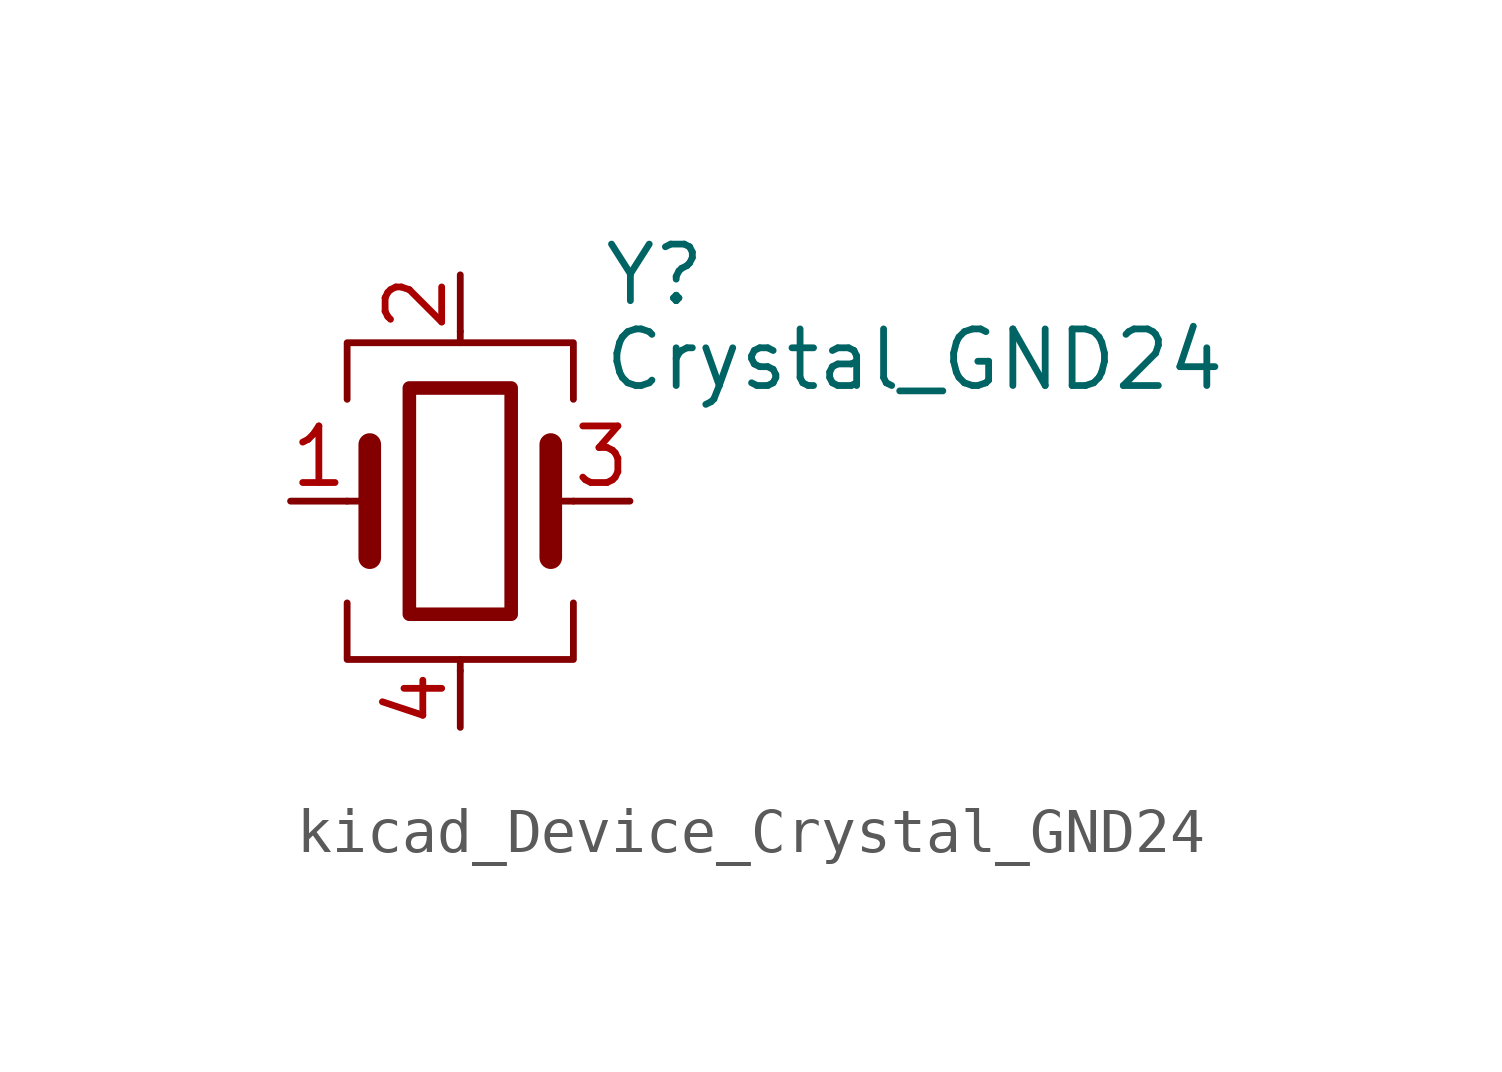
<source format=kicad_sym>
(kicad_symbol_lib
  (version 20220914)
  (generator kicad_symbol_editor)
  (symbol "kicad_Device_Crystal_GND24"
    (pin_names
      (offset 1.016) hide)
    (property "Reference" "Y"
      (at 3.175 5.08 0)
      (effects (font (size 1.27 1.27)) (justify left)))
    (property "Value" "Crystal_GND24"
      (at 3.175 3.175 0)
      (effects (font (size 1.27 1.27)) (justify left)))
    (symbol "kicad_Device_Crystal_GND24_0_1"
      (rectangle (start -1.143 2.54) (end 1.143 -2.54) (stroke (width 0.305) (type default)) (fill (type none)))
      (polyline (pts (xy -2.54 0) (xy -2.032 0)) (stroke (width 0) (type default)) (fill (type none)))
      (polyline (pts (xy -2.032 -1.27) (xy -2.032 1.27)) (stroke (width 0.508) (type default)) (fill (type none)))
      (polyline (pts (xy 0 -3.81) (xy 0 -3.556)) (stroke (width 0) (type default)) (fill (type none)))
      (polyline (pts (xy 0 3.556) (xy 0 3.81)) (stroke (width 0) (type default)) (fill (type none)))
      (polyline (pts (xy 2.032 -1.27) (xy 2.032 1.27)) (stroke (width 0.508) (type default)) (fill (type none)))
      (polyline (pts (xy 2.032 0) (xy 2.54 0)) (stroke (width 0) (type default)) (fill (type none)))
      (polyline (pts (xy -2.54 -2.286) (xy -2.54 -3.556) (xy 2.54 -3.556) (xy 2.54 -2.286)) (stroke (width 0) (type default)) (fill (type none)))
      (polyline (pts (xy -2.54 2.286) (xy -2.54 3.556) (xy 2.54 3.556) (xy 2.54 2.286)) (stroke (width 0) (type default)) (fill (type none))))
    (symbol "kicad_Device_Crystal_GND24_1_1"
      (pin passive line (at -3.81 0 0) (length 1.27) (name "1" (effects (font (size 1.27 1.27)))) (number "1" (effects (font (size 1.27 1.27)))))
      (pin passive line (at 0 5.08 270) (length 1.27) (name "2" (effects (font (size 1.27 1.27)))) (number "2" (effects (font (size 1.27 1.27)))))
      (pin passive line (at 3.81 0 180) (length 1.27) (name "3" (effects (font (size 1.27 1.27)))) (number "3" (effects (font (size 1.27 1.27)))))
      (pin passive line (at 0 -5.08 90) (length 1.27) (name "4" (effects (font (size 1.27 1.27)))) (number "4" (effects (font (size 1.27 1.27))))))))
</source>
